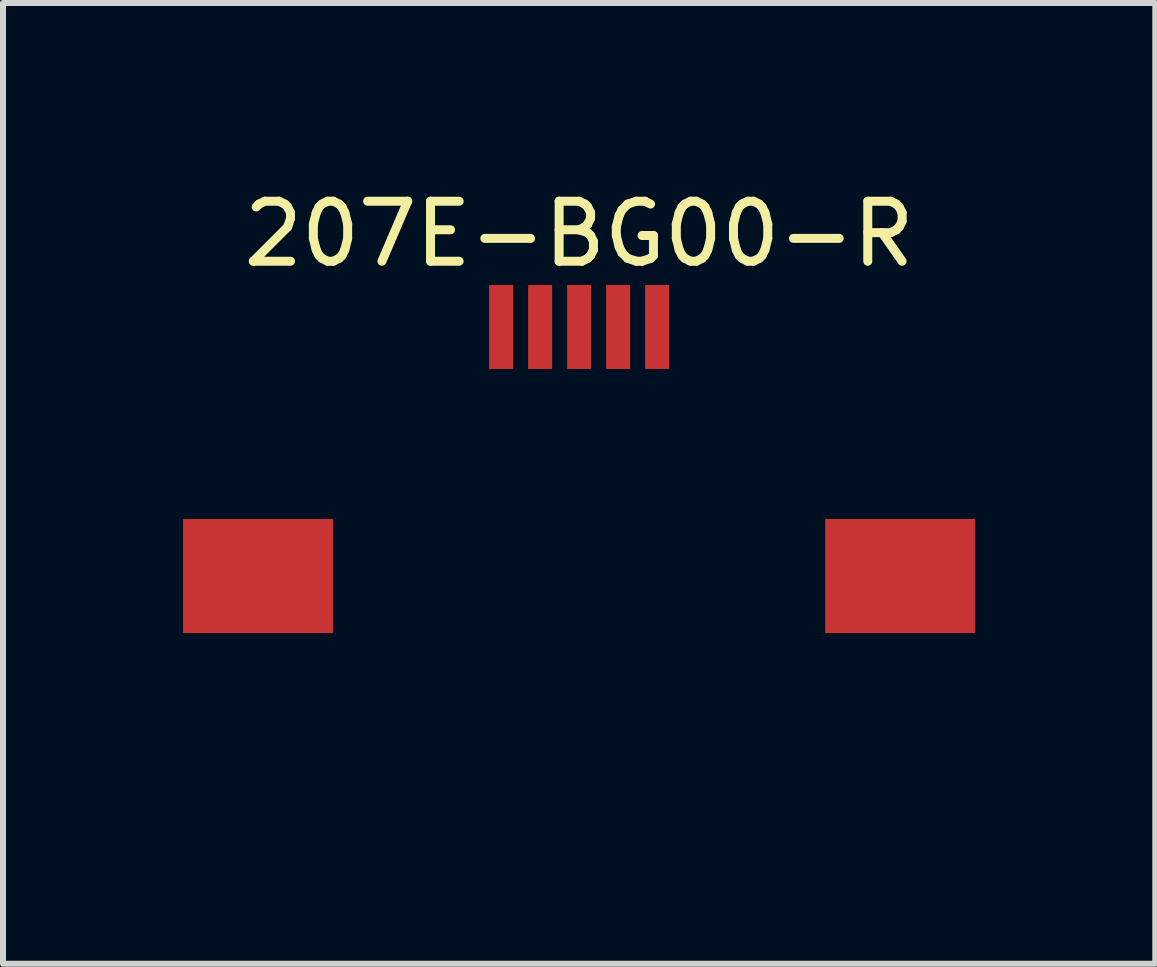
<source format=kicad_pcb>
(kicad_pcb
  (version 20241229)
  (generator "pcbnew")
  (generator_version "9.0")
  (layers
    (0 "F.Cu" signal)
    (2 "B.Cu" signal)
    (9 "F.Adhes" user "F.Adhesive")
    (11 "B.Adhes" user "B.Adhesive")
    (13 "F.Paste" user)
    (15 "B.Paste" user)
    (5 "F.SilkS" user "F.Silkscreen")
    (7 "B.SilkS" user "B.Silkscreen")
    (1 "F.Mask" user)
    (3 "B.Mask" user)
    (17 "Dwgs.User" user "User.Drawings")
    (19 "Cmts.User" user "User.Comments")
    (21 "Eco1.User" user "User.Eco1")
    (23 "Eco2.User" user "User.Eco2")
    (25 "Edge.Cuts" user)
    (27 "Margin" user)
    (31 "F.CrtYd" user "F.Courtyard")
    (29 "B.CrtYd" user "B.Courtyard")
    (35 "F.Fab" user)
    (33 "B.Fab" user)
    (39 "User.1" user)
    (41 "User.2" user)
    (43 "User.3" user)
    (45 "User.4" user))
  (footprint "207E-BG00-R"
    (layer "F.Cu")
    (at 6.6 7.998)
    (property "Reference" "207E-BG00-R" (at 0 -7.15 0) (layer "F.SilkS") (effects (font (size 1 1) (thickness 0.15))))
    (attr through_hole)
    (fp_line (start -4 -4.6) (end -2.35 -4.6) (stroke (width 0.12) (type solid)) (layer "Eco2.User"))
    (fp_line (start -4 1.95) (end -4 -4.6) (stroke (width 0.12) (type solid)) (layer "Eco2.User"))
    (fp_line (start -2.35 -4.6) (end -2.35 -4.95) (stroke (width 0.12) (type solid)) (layer "Eco2.User"))
    (fp_line (start -2 -4.6) (end -2 -4.95) (stroke (width 0.12) (type solid)) (layer "Eco2.User"))
    (fp_line (start -2 -4.6) (end 2 -4.6) (stroke (width 0.12) (type solid)) (layer "Eco2.User"))
    (fp_line (start 2 -4.6) (end 2 -4.95) (stroke (width 0.12) (type solid)) (layer "Eco2.User"))
    (fp_line (start 2.35 -4.6) (end 2.35 -4.95) (stroke (width 0.12) (type solid)) (layer "Eco2.User"))
    (fp_line (start 4 -4.6) (end 2.35 -4.6) (stroke (width 0.12) (type solid)) (layer "Eco2.User"))
    (fp_line (start 4 -4.55) (end 4 1.95) (stroke (width 0.12) (type solid)) (layer "Eco2.User"))
    (fp_line (start 4 1.95) (end -4 1.95) (stroke (width 0.12) (type solid)) (layer "Eco2.User"))
    (fp_arc (start -2.35 -4.95) (mid -2.175 -5.125) (end -2 -4.95) (stroke (width 0.12) (type solid)) (layer "Eco2.User"))
    (fp_arc (start 2 -4.95) (mid 2.175 -5.125) (end 2.35 -4.95) (stroke (width 0.12) (type solid)) (layer "Eco2.User"))
    (pad "1" smd rect (at -1.3 -5.6) (size 0.4 1.4) (layers "F.Cu" "F.Mask" "F.Paste"))
    (pad "2" smd rect (at -0.65 -5.6) (size 0.4 1.4) (layers "F.Cu" "F.Mask" "F.Paste"))
    (pad "3" smd rect (at 0 -5.6) (size 0.4 1.4) (layers "F.Cu" "F.Mask" "F.Paste"))
    (pad "4" smd rect (at 0.65 -5.6) (size 0.4 1.4) (layers "F.Cu" "F.Mask" "F.Paste"))
    (pad "5" smd rect (at 1.3 -5.6) (size 0.4 1.4) (layers "F.Cu" "F.Mask" "F.Paste"))
    (pad "6" smd rect (at -5.35 -1.45) (size 2.5 1.9) (layers "F.Cu" "F.Mask" "F.Paste"))
    (pad "6" smd rect (at 5.35 -1.45) (size 2.5 1.9) (layers "F.Cu" "F.Mask" "F.Paste")))
  (gr_rect
    (start -3 -3)
    (end 16.2 13.008)
    (stroke (width 0.1) (type default))
    (fill no)
    (layer "Edge.Cuts")))
</source>
